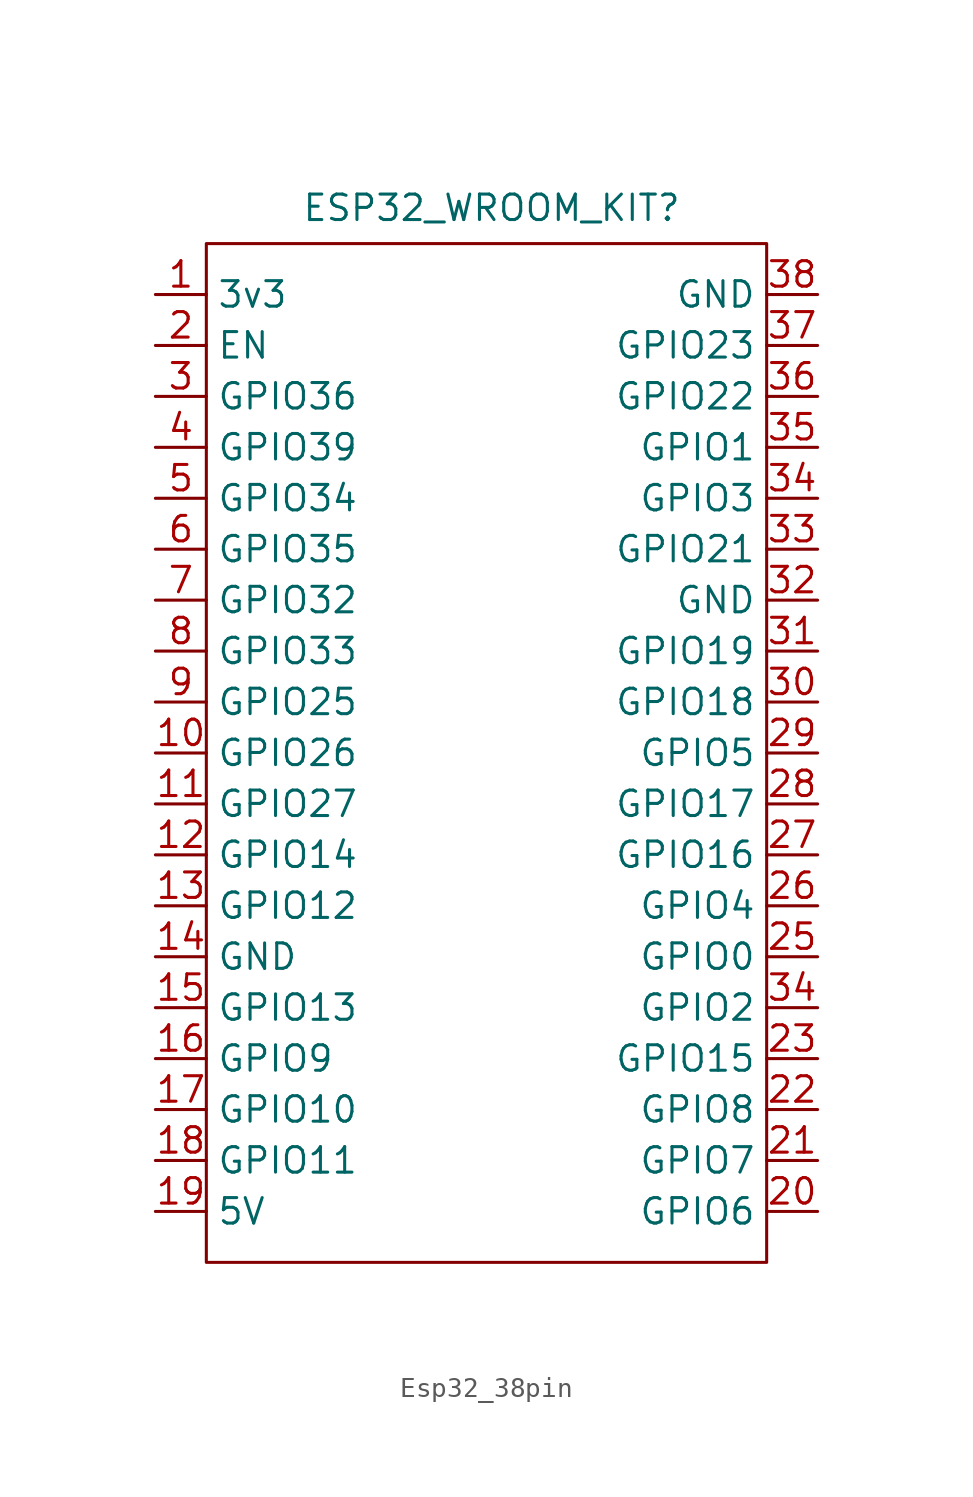
<source format=kicad_sym>
(kicad_symbol_lib
  (version 20231120)
  (generator "kicad_symbol_editor")
  (generator_version "8.0")
  (symbol "Esp32_38pin"
    (property "Reference" "ESP32_WROOM_KIT"
      (at 0.254 14.478 0)
      (effects (font (size 1.27 1.27))))
    (property "Value" ""
      (at 0 0 0)
      (effects (font (size 1.27 1.27))))
    (symbol "Esp32_38pin_0_1"
      (rectangle (start -13.97 12.7) (end 13.97 -38.1) (stroke (width 0) (type default)) (fill (type none))))
    (symbol "Esp32_38pin_1_1"
      (pin power_in line (at -16.51 10.16 0) (length 2.54) (name "3v3" (effects (font (size 1.27 1.27)))) (number "1" (effects (font (size 1.27 1.27)))))
      (pin bidirectional line (at -16.51 -12.7 0) (length 2.54) (name "GPIO26" (effects (font (size 1.27 1.27)))) (number "10" (effects (font (size 1.27 1.27)))))
      (pin bidirectional line (at -16.51 -15.24 0) (length 2.54) (name "GPIO27" (effects (font (size 1.27 1.27)))) (number "11" (effects (font (size 1.27 1.27)))))
      (pin bidirectional line (at -16.51 -17.78 0) (length 2.54) (name "GPIO14" (effects (font (size 1.27 1.27)))) (number "12" (effects (font (size 1.27 1.27)))))
      (pin bidirectional line (at -16.51 -20.32 0) (length 2.54) (name "GPIO12" (effects (font (size 1.27 1.27)))) (number "13" (effects (font (size 1.27 1.27)))))
      (pin power_out line (at -16.51 -22.86 0) (length 2.54) (name "GND" (effects (font (size 1.27 1.27)))) (number "14" (effects (font (size 1.27 1.27)))))
      (pin bidirectional line (at -16.51 -25.4 0) (length 2.54) (name "GPIO13" (effects (font (size 1.27 1.27)))) (number "15" (effects (font (size 1.27 1.27)))))
      (pin bidirectional line (at -16.51 -27.94 0) (length 2.54) (name "GPIO9" (effects (font (size 1.27 1.27)))) (number "16" (effects (font (size 1.27 1.27)))))
      (pin bidirectional line (at -16.51 -30.48 0) (length 2.54) (name "GPIO10" (effects (font (size 1.27 1.27)))) (number "17" (effects (font (size 1.27 1.27)))))
      (pin bidirectional line (at -16.51 -33.02 0) (length 2.54) (name "GPIO11" (effects (font (size 1.27 1.27)))) (number "18" (effects (font (size 1.27 1.27)))))
      (pin power_in line (at -16.51 -35.56 0) (length 2.54) (name "5V" (effects (font (size 1.27 1.27)))) (number "19" (effects (font (size 1.27 1.27)))))
      (pin unspecified line (at -16.51 7.62 0) (length 2.54) (name "EN" (effects (font (size 1.27 1.27)))) (number "2" (effects (font (size 1.27 1.27)))))
      (pin bidirectional line (at 16.51 -35.56 180) (length 2.54) (name "GPIO6" (effects (font (size 1.27 1.27)))) (number "20" (effects (font (size 1.27 1.27)))))
      (pin bidirectional line (at 16.51 -33.02 180) (length 2.54) (name "GPIO7" (effects (font (size 1.27 1.27)))) (number "21" (effects (font (size 1.27 1.27)))))
      (pin bidirectional line (at 16.51 -30.48 180) (length 2.54) (name "GPIO8" (effects (font (size 1.27 1.27)))) (number "22" (effects (font (size 1.27 1.27)))))
      (pin bidirectional line (at 16.51 -27.94 180) (length 2.54) (name "GPIO15" (effects (font (size 1.27 1.27)))) (number "23" (effects (font (size 1.27 1.27)))))
      (pin bidirectional line (at 16.51 -22.86 180) (length 2.54) (name "GPIO0" (effects (font (size 1.27 1.27)))) (number "25" (effects (font (size 1.27 1.27)))))
      (pin bidirectional line (at 16.51 -20.32 180) (length 2.54) (name "GPIO4" (effects (font (size 1.27 1.27)))) (number "26" (effects (font (size 1.27 1.27)))))
      (pin bidirectional line (at 16.51 -17.78 180) (length 2.54) (name "GPIO16" (effects (font (size 1.27 1.27)))) (number "27" (effects (font (size 1.27 1.27)))))
      (pin bidirectional line (at 16.51 -15.24 180) (length 2.54) (name "GPIO17" (effects (font (size 1.27 1.27)))) (number "28" (effects (font (size 1.27 1.27)))))
      (pin bidirectional line (at 16.51 -12.7 180) (length 2.54) (name "GPIO5" (effects (font (size 1.27 1.27)))) (number "29" (effects (font (size 1.27 1.27)))))
      (pin input line (at -16.51 5.08 0) (length 2.54) (name "GPIO36" (effects (font (size 1.27 1.27)))) (number "3" (effects (font (size 1.27 1.27)))))
      (pin bidirectional line (at 16.51 -10.16 180) (length 2.54) (name "GPIO18" (effects (font (size 1.27 1.27)))) (number "30" (effects (font (size 1.27 1.27)))))
      (pin bidirectional line (at 16.51 -7.62 180) (length 2.54) (name "GPIO19" (effects (font (size 1.27 1.27)))) (number "31" (effects (font (size 1.27 1.27)))))
      (pin power_out line (at 16.51 -5.08 180) (length 2.54) (name "GND" (effects (font (size 1.27 1.27)))) (number "32" (effects (font (size 1.27 1.27)))))
      (pin bidirectional line (at 16.51 -2.54 180) (length 2.54) (name "GPIO21" (effects (font (size 1.27 1.27)))) (number "33" (effects (font (size 1.27 1.27)))))
      (pin bidirectional line (at 16.51 -25.4 180) (length 2.54) (name "GPIO2" (effects (font (size 1.27 1.27)))) (number "34" (effects (font (size 1.27 1.27)))))
      (pin bidirectional line (at 16.51 0 180) (length 2.54) (name "GPIO3" (effects (font (size 1.27 1.27)))) (number "34" (effects (font (size 1.27 1.27)))))
      (pin bidirectional line (at 16.51 2.54 180) (length 2.54) (name "GPIO1" (effects (font (size 1.27 1.27)))) (number "35" (effects (font (size 1.27 1.27)))))
      (pin bidirectional line (at 16.51 5.08 180) (length 2.54) (name "GPIO22" (effects (font (size 1.27 1.27)))) (number "36" (effects (font (size 1.27 1.27)))))
      (pin bidirectional line (at 16.51 7.62 180) (length 2.54) (name "GPIO23" (effects (font (size 1.27 1.27)))) (number "37" (effects (font (size 1.27 1.27)))))
      (pin power_out line (at 16.51 10.16 180) (length 2.54) (name "GND" (effects (font (size 1.27 1.27)))) (number "38" (effects (font (size 1.27 1.27)))))
      (pin input line (at -16.51 2.54 0) (length 2.54) (name "GPIO39" (effects (font (size 1.27 1.27)))) (number "4" (effects (font (size 1.27 1.27)))))
      (pin input line (at -16.51 0 0) (length 2.54) (name "GPIO34" (effects (font (size 1.27 1.27)))) (number "5" (effects (font (size 1.27 1.27)))))
      (pin input line (at -16.51 -2.54 0) (length 2.54) (name "GPIO35" (effects (font (size 1.27 1.27)))) (number "6" (effects (font (size 1.27 1.27)))))
      (pin bidirectional line (at -16.51 -5.08 0) (length 2.54) (name "GPIO32" (effects (font (size 1.27 1.27)))) (number "7" (effects (font (size 1.27 1.27)))))
      (pin bidirectional line (at -16.51 -7.62 0) (length 2.54) (name "GPIO33" (effects (font (size 1.27 1.27)))) (number "8" (effects (font (size 1.27 1.27)))))
      (pin bidirectional line (at -16.51 -10.16 0) (length 2.54) (name "GPIO25" (effects (font (size 1.27 1.27)))) (number "9" (effects (font (size 1.27 1.27))))))))
</source>
